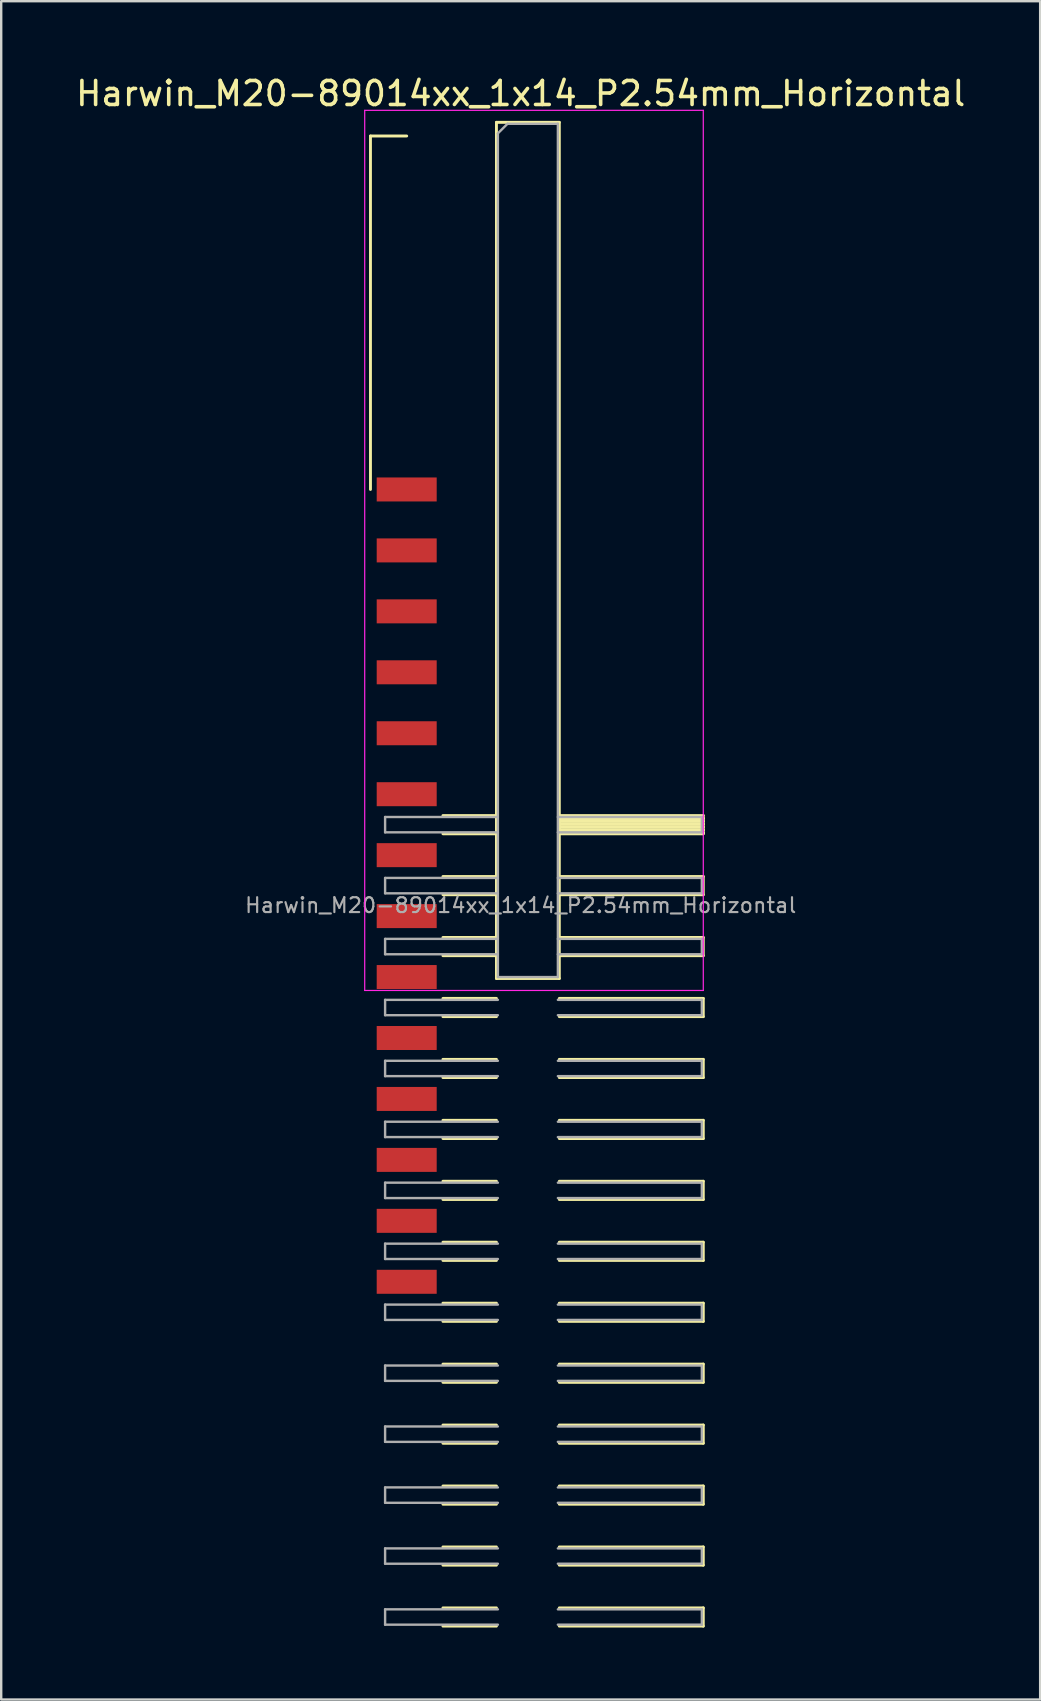
<source format=kicad_pcb>
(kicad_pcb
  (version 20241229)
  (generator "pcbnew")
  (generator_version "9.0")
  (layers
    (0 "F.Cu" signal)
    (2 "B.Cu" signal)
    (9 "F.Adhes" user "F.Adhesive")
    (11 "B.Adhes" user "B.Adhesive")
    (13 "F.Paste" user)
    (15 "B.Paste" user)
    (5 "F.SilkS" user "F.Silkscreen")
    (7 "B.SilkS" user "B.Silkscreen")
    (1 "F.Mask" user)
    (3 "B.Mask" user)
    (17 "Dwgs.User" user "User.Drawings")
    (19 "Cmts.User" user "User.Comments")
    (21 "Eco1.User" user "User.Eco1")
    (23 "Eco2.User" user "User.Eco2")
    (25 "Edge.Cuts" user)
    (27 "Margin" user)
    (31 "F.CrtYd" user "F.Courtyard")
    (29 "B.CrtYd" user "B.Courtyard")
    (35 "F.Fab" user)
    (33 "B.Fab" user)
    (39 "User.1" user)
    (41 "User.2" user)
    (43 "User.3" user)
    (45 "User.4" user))
  (footprint "Harwin_M20-89014xx_1x14_P2.54mm_Horizontal"
    (layer "F.Cu")
    (at 13.899 17.348)
    (property "Reference" "Harwin_M20-89014xx_1x14_P2.54mm_Horizontal" (at 4.75 -16.5 0) (layer "F.SilkS") (effects (font (size 1 1) (thickness 0.15))))
    (attr smd)
    (fp_line (start -1.51 -14.73) (end 0 -14.73) (stroke (width 0.12) (type solid)) (layer "F.SilkS"))
    (fp_line (start -1.51 0) (end -1.51 -14.73) (stroke (width 0.12) (type solid)) (layer "F.SilkS"))
    (fp_line (start 1.51 13.59) (end 3.74 13.59) (stroke (width 0.12) (type solid)) (layer "F.SilkS"))
    (fp_line (start 1.51 14.35) (end 3.74 14.35) (stroke (width 0.12) (type solid)) (layer "F.SilkS"))
    (fp_line (start 1.51 16.13) (end 3.74 16.13) (stroke (width 0.12) (type solid)) (layer "F.SilkS"))
    (fp_line (start 1.51 16.89) (end 3.74 16.89) (stroke (width 0.12) (type solid)) (layer "F.SilkS"))
    (fp_line (start 1.51 18.67) (end 3.74 18.67) (stroke (width 0.12) (type solid)) (layer "F.SilkS"))
    (fp_line (start 1.51 19.43) (end 3.74 19.43) (stroke (width 0.12) (type solid)) (layer "F.SilkS"))
    (fp_line (start 1.51 21.21) (end 3.74 21.21) (stroke (width 0.12) (type solid)) (layer "F.SilkS"))
    (fp_line (start 1.51 21.97) (end 3.74 21.97) (stroke (width 0.12) (type solid)) (layer "F.SilkS"))
    (fp_line (start 1.51 23.75) (end 3.74 23.75) (stroke (width 0.12) (type solid)) (layer "F.SilkS"))
    (fp_line (start 1.51 24.51) (end 3.74 24.51) (stroke (width 0.12) (type solid)) (layer "F.SilkS"))
    (fp_line (start 1.51 26.29) (end 3.74 26.29) (stroke (width 0.12) (type solid)) (layer "F.SilkS"))
    (fp_line (start 1.51 27.05) (end 3.74 27.05) (stroke (width 0.12) (type solid)) (layer "F.SilkS"))
    (fp_line (start 1.51 28.83) (end 3.74 28.83) (stroke (width 0.12) (type solid)) (layer "F.SilkS"))
    (fp_line (start 1.51 29.59) (end 3.74 29.59) (stroke (width 0.12) (type solid)) (layer "F.SilkS"))
    (fp_line (start 1.51 31.37) (end 3.74 31.37) (stroke (width 0.12) (type solid)) (layer "F.SilkS"))
    (fp_line (start 1.51 32.13) (end 3.74 32.13) (stroke (width 0.12) (type solid)) (layer "F.SilkS"))
    (fp_line (start 1.51 33.91) (end 3.74 33.91) (stroke (width 0.12) (type solid)) (layer "F.SilkS"))
    (fp_line (start 1.51 34.67) (end 3.74 34.67) (stroke (width 0.12) (type solid)) (layer "F.SilkS"))
    (fp_line (start 1.51 36.45) (end 3.74 36.45) (stroke (width 0.12) (type solid)) (layer "F.SilkS"))
    (fp_line (start 1.51 37.21) (end 3.74 37.21) (stroke (width 0.12) (type solid)) (layer "F.SilkS"))
    (fp_line (start 1.51 38.99) (end 3.74 38.99) (stroke (width 0.12) (type solid)) (layer "F.SilkS"))
    (fp_line (start 1.51 39.75) (end 3.74 39.75) (stroke (width 0.12) (type solid)) (layer "F.SilkS"))
    (fp_line (start 1.51 41.53) (end 3.74 41.53) (stroke (width 0.12) (type solid)) (layer "F.SilkS"))
    (fp_line (start 1.51 42.29) (end 3.74 42.29) (stroke (width 0.12) (type solid)) (layer "F.SilkS"))
    (fp_line (start 1.51 44.07) (end 3.74 44.07) (stroke (width 0.12) (type solid)) (layer "F.SilkS"))
    (fp_line (start 1.51 44.83) (end 3.74 44.83) (stroke (width 0.12) (type solid)) (layer "F.SilkS"))
    (fp_line (start 1.51 46.61) (end 3.74 46.61) (stroke (width 0.12) (type solid)) (layer "F.SilkS"))
    (fp_line (start 1.51 47.37) (end 3.74 47.37) (stroke (width 0.12) (type solid)) (layer "F.SilkS"))
    (fp_line (start 3.74 -15.3) (end 6.36 -15.3) (stroke (width 0.12) (type solid)) (layer "F.SilkS"))
    (fp_line (start 3.74 20.38) (end 3.74 -15.3) (stroke (width 0.12) (type solid)) (layer "F.SilkS"))
    (fp_line (start 6.36 -15.3) (end 6.36 20.38) (stroke (width 0.12) (type solid)) (layer "F.SilkS"))
    (fp_line (start 6.36 13.59) (end 12.36 13.59) (stroke (width 0.12) (type solid)) (layer "F.SilkS"))
    (fp_line (start 6.36 13.71) (end 6.36 13.71) (stroke (width 0.12) (type solid)) (layer "F.SilkS"))
    (fp_line (start 6.36 13.71) (end 12.36 13.71) (stroke (width 0.12) (type solid)) (layer "F.SilkS"))
    (fp_line (start 6.36 13.83) (end 6.36 13.83) (stroke (width 0.12) (type solid)) (layer "F.SilkS"))
    (fp_line (start 6.36 13.83) (end 12.36 13.83) (stroke (width 0.12) (type solid)) (layer "F.SilkS"))
    (fp_line (start 6.36 13.95) (end 6.36 13.95) (stroke (width 0.12) (type solid)) (layer "F.SilkS"))
    (fp_line (start 6.36 13.95) (end 12.36 13.95) (stroke (width 0.12) (type solid)) (layer "F.SilkS"))
    (fp_line (start 6.36 14.07) (end 6.36 14.07) (stroke (width 0.12) (type solid)) (layer "F.SilkS"))
    (fp_line (start 6.36 14.07) (end 12.36 14.07) (stroke (width 0.12) (type solid)) (layer "F.SilkS"))
    (fp_line (start 6.36 14.19) (end 6.36 14.19) (stroke (width 0.12) (type solid)) (layer "F.SilkS"))
    (fp_line (start 6.36 14.19) (end 12.36 14.19) (stroke (width 0.12) (type solid)) (layer "F.SilkS"))
    (fp_line (start 6.36 14.31) (end 6.36 14.31) (stroke (width 0.12) (type solid)) (layer "F.SilkS"))
    (fp_line (start 6.36 14.31) (end 12.36 14.31) (stroke (width 0.12) (type solid)) (layer "F.SilkS"))
    (fp_line (start 6.36 16.13) (end 12.36 16.13) (stroke (width 0.12) (type solid)) (layer "F.SilkS"))
    (fp_line (start 6.36 18.67) (end 12.36 18.67) (stroke (width 0.12) (type solid)) (layer "F.SilkS"))
    (fp_line (start 6.36 20.38) (end 3.74 20.38) (stroke (width 0.12) (type solid)) (layer "F.SilkS"))
    (fp_line (start 6.36 21.21) (end 12.36 21.21) (stroke (width 0.12) (type solid)) (layer "F.SilkS"))
    (fp_line (start 6.36 23.75) (end 12.36 23.75) (stroke (width 0.12) (type solid)) (layer "F.SilkS"))
    (fp_line (start 6.36 26.29) (end 12.36 26.29) (stroke (width 0.12) (type solid)) (layer "F.SilkS"))
    (fp_line (start 6.36 28.83) (end 12.36 28.83) (stroke (width 0.12) (type solid)) (layer "F.SilkS"))
    (fp_line (start 6.36 31.37) (end 12.36 31.37) (stroke (width 0.12) (type solid)) (layer "F.SilkS"))
    (fp_line (start 6.36 33.91) (end 12.36 33.91) (stroke (width 0.12) (type solid)) (layer "F.SilkS"))
    (fp_line (start 6.36 36.45) (end 12.36 36.45) (stroke (width 0.12) (type solid)) (layer "F.SilkS"))
    (fp_line (start 6.36 38.99) (end 12.36 38.99) (stroke (width 0.12) (type solid)) (layer "F.SilkS"))
    (fp_line (start 6.36 41.53) (end 12.36 41.53) (stroke (width 0.12) (type solid)) (layer "F.SilkS"))
    (fp_line (start 6.36 44.07) (end 12.36 44.07) (stroke (width 0.12) (type solid)) (layer "F.SilkS"))
    (fp_line (start 6.36 46.61) (end 12.36 46.61) (stroke (width 0.12) (type solid)) (layer "F.SilkS"))
    (fp_line (start 12.36 13.59) (end 12.36 14.35) (stroke (width 0.12) (type solid)) (layer "F.SilkS"))
    (fp_line (start 12.36 13.71) (end 6.36 13.71) (stroke (width 0.12) (type solid)) (layer "F.SilkS"))
    (fp_line (start 12.36 13.71) (end 12.36 13.71) (stroke (width 0.12) (type solid)) (layer "F.SilkS"))
    (fp_line (start 12.36 13.83) (end 6.36 13.83) (stroke (width 0.12) (type solid)) (layer "F.SilkS"))
    (fp_line (start 12.36 13.83) (end 12.36 13.83) (stroke (width 0.12) (type solid)) (layer "F.SilkS"))
    (fp_line (start 12.36 13.95) (end 6.36 13.95) (stroke (width 0.12) (type solid)) (layer "F.SilkS"))
    (fp_line (start 12.36 13.95) (end 12.36 13.95) (stroke (width 0.12) (type solid)) (layer "F.SilkS"))
    (fp_line (start 12.36 14.07) (end 6.36 14.07) (stroke (width 0.12) (type solid)) (layer "F.SilkS"))
    (fp_line (start 12.36 14.07) (end 12.36 14.07) (stroke (width 0.12) (type solid)) (layer "F.SilkS"))
    (fp_line (start 12.36 14.19) (end 6.36 14.19) (stroke (width 0.12) (type solid)) (layer "F.SilkS"))
    (fp_line (start 12.36 14.19) (end 12.36 14.19) (stroke (width 0.12) (type solid)) (layer "F.SilkS"))
    (fp_line (start 12.36 14.31) (end 6.36 14.31) (stroke (width 0.12) (type solid)) (layer "F.SilkS"))
    (fp_line (start 12.36 14.31) (end 12.36 14.31) (stroke (width 0.12) (type solid)) (layer "F.SilkS"))
    (fp_line (start 12.36 14.35) (end 6.36 14.35) (stroke (width 0.12) (type solid)) (layer "F.SilkS"))
    (fp_line (start 12.36 16.13) (end 12.36 16.89) (stroke (width 0.12) (type solid)) (layer "F.SilkS"))
    (fp_line (start 12.36 16.89) (end 6.36 16.89) (stroke (width 0.12) (type solid)) (layer "F.SilkS"))
    (fp_line (start 12.36 18.67) (end 12.36 19.43) (stroke (width 0.12) (type solid)) (layer "F.SilkS"))
    (fp_line (start 12.36 19.43) (end 6.36 19.43) (stroke (width 0.12) (type solid)) (layer "F.SilkS"))
    (fp_line (start 12.36 21.21) (end 12.36 21.97) (stroke (width 0.12) (type solid)) (layer "F.SilkS"))
    (fp_line (start 12.36 21.97) (end 6.36 21.97) (stroke (width 0.12) (type solid)) (layer "F.SilkS"))
    (fp_line (start 12.36 23.75) (end 12.36 24.51) (stroke (width 0.12) (type solid)) (layer "F.SilkS"))
    (fp_line (start 12.36 24.51) (end 6.36 24.51) (stroke (width 0.12) (type solid)) (layer "F.SilkS"))
    (fp_line (start 12.36 26.29) (end 12.36 27.05) (stroke (width 0.12) (type solid)) (layer "F.SilkS"))
    (fp_line (start 12.36 27.05) (end 6.36 27.05) (stroke (width 0.12) (type solid)) (layer "F.SilkS"))
    (fp_line (start 12.36 28.83) (end 12.36 29.59) (stroke (width 0.12) (type solid)) (layer "F.SilkS"))
    (fp_line (start 12.36 29.59) (end 6.36 29.59) (stroke (width 0.12) (type solid)) (layer "F.SilkS"))
    (fp_line (start 12.36 31.37) (end 12.36 32.13) (stroke (width 0.12) (type solid)) (layer "F.SilkS"))
    (fp_line (start 12.36 32.13) (end 6.36 32.13) (stroke (width 0.12) (type solid)) (layer "F.SilkS"))
    (fp_line (start 12.36 33.91) (end 12.36 34.67) (stroke (width 0.12) (type solid)) (layer "F.SilkS"))
    (fp_line (start 12.36 34.67) (end 6.36 34.67) (stroke (width 0.12) (type solid)) (layer "F.SilkS"))
    (fp_line (start 12.36 36.45) (end 12.36 37.21) (stroke (width 0.12) (type solid)) (layer "F.SilkS"))
    (fp_line (start 12.36 37.21) (end 6.36 37.21) (stroke (width 0.12) (type solid)) (layer "F.SilkS"))
    (fp_line (start 12.36 38.99) (end 12.36 39.75) (stroke (width 0.12) (type solid)) (layer "F.SilkS"))
    (fp_line (start 12.36 39.75) (end 6.36 39.75) (stroke (width 0.12) (type solid)) (layer "F.SilkS"))
    (fp_line (start 12.36 41.53) (end 12.36 42.29) (stroke (width 0.12) (type solid)) (layer "F.SilkS"))
    (fp_line (start 12.36 42.29) (end 6.36 42.29) (stroke (width 0.12) (type solid)) (layer "F.SilkS"))
    (fp_line (start 12.36 44.07) (end 12.36 44.83) (stroke (width 0.12) (type solid)) (layer "F.SilkS"))
    (fp_line (start 12.36 44.83) (end 6.36 44.83) (stroke (width 0.12) (type solid)) (layer "F.SilkS"))
    (fp_line (start 12.36 46.61) (end 12.36 47.37) (stroke (width 0.12) (type solid)) (layer "F.SilkS"))
    (fp_line (start 12.36 47.37) (end 6.36 47.37) (stroke (width 0.12) (type solid)) (layer "F.SilkS"))
    (fp_line (start -1.75 -15.8) (end 12.36 -15.8) (stroke (width 0.05) (type solid)) (layer "F.CrtYd"))
    (fp_line (start -1.75 20.88) (end -1.75 -15.8) (stroke (width 0.05) (type solid)) (layer "F.CrtYd"))
    (fp_line (start 12.36 -15.8) (end 12.36 20.88) (stroke (width 0.05) (type solid)) (layer "F.CrtYd"))
    (fp_line (start 12.36 20.88) (end -1.75 20.88) (stroke (width 0.05) (type solid)) (layer "F.CrtYd"))
    (fp_line (start -0.9 13.65) (end -0.9 14.29) (stroke (width 0.1) (type solid)) (layer "F.Fab"))
    (fp_line (start -0.9 14.29) (end 3.8 14.29) (stroke (width 0.1) (type solid)) (layer "F.Fab"))
    (fp_line (start -0.9 16.19) (end -0.9 16.83) (stroke (width 0.1) (type solid)) (layer "F.Fab"))
    (fp_line (start -0.9 16.83) (end 3.8 16.83) (stroke (width 0.1) (type solid)) (layer "F.Fab"))
    (fp_line (start -0.9 18.73) (end -0.9 19.37) (stroke (width 0.1) (type solid)) (layer "F.Fab"))
    (fp_line (start -0.9 19.37) (end 3.8 19.37) (stroke (width 0.1) (type solid)) (layer "F.Fab"))
    (fp_line (start -0.9 21.27) (end -0.9 21.91) (stroke (width 0.1) (type solid)) (layer "F.Fab"))
    (fp_line (start -0.9 21.91) (end 3.8 21.91) (stroke (width 0.1) (type solid)) (layer "F.Fab"))
    (fp_line (start -0.9 23.81) (end -0.9 24.45) (stroke (width 0.1) (type solid)) (layer "F.Fab"))
    (fp_line (start -0.9 24.45) (end 3.8 24.45) (stroke (width 0.1) (type solid)) (layer "F.Fab"))
    (fp_line (start -0.9 26.35) (end -0.9 26.99) (stroke (width 0.1) (type solid)) (layer "F.Fab"))
    (fp_line (start -0.9 26.99) (end 3.8 26.99) (stroke (width 0.1) (type solid)) (layer "F.Fab"))
    (fp_line (start -0.9 28.89) (end -0.9 29.53) (stroke (width 0.1) (type solid)) (layer "F.Fab"))
    (fp_line (start -0.9 29.53) (end 3.8 29.53) (stroke (width 0.1) (type solid)) (layer "F.Fab"))
    (fp_line (start -0.9 31.43) (end -0.9 32.07) (stroke (width 0.1) (type solid)) (layer "F.Fab"))
    (fp_line (start -0.9 32.07) (end 3.8 32.07) (stroke (width 0.1) (type solid)) (layer "F.Fab"))
    (fp_line (start -0.9 33.97) (end -0.9 34.61) (stroke (width 0.1) (type solid)) (layer "F.Fab"))
    (fp_line (start -0.9 34.61) (end 3.8 34.61) (stroke (width 0.1) (type solid)) (layer "F.Fab"))
    (fp_line (start -0.9 36.51) (end -0.9 37.15) (stroke (width 0.1) (type solid)) (layer "F.Fab"))
    (fp_line (start -0.9 37.15) (end 3.8 37.15) (stroke (width 0.1) (type solid)) (layer "F.Fab"))
    (fp_line (start -0.9 39.05) (end -0.9 39.69) (stroke (width 0.1) (type solid)) (layer "F.Fab"))
    (fp_line (start -0.9 39.69) (end 3.8 39.69) (stroke (width 0.1) (type solid)) (layer "F.Fab"))
    (fp_line (start -0.9 41.59) (end -0.9 42.23) (stroke (width 0.1) (type solid)) (layer "F.Fab"))
    (fp_line (start -0.9 42.23) (end 3.8 42.23) (stroke (width 0.1) (type solid)) (layer "F.Fab"))
    (fp_line (start -0.9 44.13) (end -0.9 44.77) (stroke (width 0.1) (type solid)) (layer "F.Fab"))
    (fp_line (start -0.9 44.77) (end 3.8 44.77) (stroke (width 0.1) (type solid)) (layer "F.Fab"))
    (fp_line (start -0.9 46.67) (end -0.9 47.31) (stroke (width 0.1) (type solid)) (layer "F.Fab"))
    (fp_line (start -0.9 47.31) (end 3.8 47.31) (stroke (width 0.1) (type solid)) (layer "F.Fab"))
    (fp_line (start 3.8 -14.84) (end 4.2 -15.24) (stroke (width 0.1) (type solid)) (layer "F.Fab"))
    (fp_line (start 3.8 13.65) (end -0.9 13.65) (stroke (width 0.1) (type solid)) (layer "F.Fab"))
    (fp_line (start 3.8 16.19) (end -0.9 16.19) (stroke (width 0.1) (type solid)) (layer "F.Fab"))
    (fp_line (start 3.8 18.73) (end -0.9 18.73) (stroke (width 0.1) (type solid)) (layer "F.Fab"))
    (fp_line (start 3.8 20.32) (end 3.8 -14.84) (stroke (width 0.1) (type solid)) (layer "F.Fab"))
    (fp_line (start 3.8 21.27) (end -0.9 21.27) (stroke (width 0.1) (type solid)) (layer "F.Fab"))
    (fp_line (start 3.8 23.81) (end -0.9 23.81) (stroke (width 0.1) (type solid)) (layer "F.Fab"))
    (fp_line (start 3.8 26.35) (end -0.9 26.35) (stroke (width 0.1) (type solid)) (layer "F.Fab"))
    (fp_line (start 3.8 28.89) (end -0.9 28.89) (stroke (width 0.1) (type solid)) (layer "F.Fab"))
    (fp_line (start 3.8 31.43) (end -0.9 31.43) (stroke (width 0.1) (type solid)) (layer "F.Fab"))
    (fp_line (start 3.8 33.97) (end -0.9 33.97) (stroke (width 0.1) (type solid)) (layer "F.Fab"))
    (fp_line (start 3.8 36.51) (end -0.9 36.51) (stroke (width 0.1) (type solid)) (layer "F.Fab"))
    (fp_line (start 3.8 39.05) (end -0.9 39.05) (stroke (width 0.1) (type solid)) (layer "F.Fab"))
    (fp_line (start 3.8 41.59) (end -0.9 41.59) (stroke (width 0.1) (type solid)) (layer "F.Fab"))
    (fp_line (start 3.8 44.13) (end -0.9 44.13) (stroke (width 0.1) (type solid)) (layer "F.Fab"))
    (fp_line (start 3.8 46.67) (end -0.9 46.67) (stroke (width 0.1) (type solid)) (layer "F.Fab"))
    (fp_line (start 4.2 -15.24) (end 6.3 -15.24) (stroke (width 0.1) (type solid)) (layer "F.Fab"))
    (fp_line (start 6.3 -15.24) (end 6.3 20.32) (stroke (width 0.1) (type solid)) (layer "F.Fab"))
    (fp_line (start 6.3 13.65) (end 12.3 13.65) (stroke (width 0.1) (type solid)) (layer "F.Fab"))
    (fp_line (start 6.3 16.19) (end 12.3 16.19) (stroke (width 0.1) (type solid)) (layer "F.Fab"))
    (fp_line (start 6.3 18.73) (end 12.3 18.73) (stroke (width 0.1) (type solid)) (layer "F.Fab"))
    (fp_line (start 6.3 20.32) (end 3.8 20.32) (stroke (width 0.1) (type solid)) (layer "F.Fab"))
    (fp_line (start 6.3 21.27) (end 12.3 21.27) (stroke (width 0.1) (type solid)) (layer "F.Fab"))
    (fp_line (start 6.3 23.81) (end 12.3 23.81) (stroke (width 0.1) (type solid)) (layer "F.Fab"))
    (fp_line (start 6.3 26.35) (end 12.3 26.35) (stroke (width 0.1) (type solid)) (layer "F.Fab"))
    (fp_line (start 6.3 28.89) (end 12.3 28.89) (stroke (width 0.1) (type solid)) (layer "F.Fab"))
    (fp_line (start 6.3 31.43) (end 12.3 31.43) (stroke (width 0.1) (type solid)) (layer "F.Fab"))
    (fp_line (start 6.3 33.97) (end 12.3 33.97) (stroke (width 0.1) (type solid)) (layer "F.Fab"))
    (fp_line (start 6.3 36.51) (end 12.3 36.51) (stroke (width 0.1) (type solid)) (layer "F.Fab"))
    (fp_line (start 6.3 39.05) (end 12.3 39.05) (stroke (width 0.1) (type solid)) (layer "F.Fab"))
    (fp_line (start 6.3 41.59) (end 12.3 41.59) (stroke (width 0.1) (type solid)) (layer "F.Fab"))
    (fp_line (start 6.3 44.13) (end 12.3 44.13) (stroke (width 0.1) (type solid)) (layer "F.Fab"))
    (fp_line (start 6.3 46.67) (end 12.3 46.67) (stroke (width 0.1) (type solid)) (layer "F.Fab"))
    (fp_line (start 12.3 13.65) (end 12.3 14.29) (stroke (width 0.1) (type solid)) (layer "F.Fab"))
    (fp_line (start 12.3 14.29) (end 6.3 14.29) (stroke (width 0.1) (type solid)) (layer "F.Fab"))
    (fp_line (start 12.3 16.19) (end 12.3 16.83) (stroke (width 0.1) (type solid)) (layer "F.Fab"))
    (fp_line (start 12.3 16.83) (end 6.3 16.83) (stroke (width 0.1) (type solid)) (layer "F.Fab"))
    (fp_line (start 12.3 18.73) (end 12.3 19.37) (stroke (width 0.1) (type solid)) (layer "F.Fab"))
    (fp_line (start 12.3 19.37) (end 6.3 19.37) (stroke (width 0.1) (type solid)) (layer "F.Fab"))
    (fp_line (start 12.3 21.27) (end 12.3 21.91) (stroke (width 0.1) (type solid)) (layer "F.Fab"))
    (fp_line (start 12.3 21.91) (end 6.3 21.91) (stroke (width 0.1) (type solid)) (layer "F.Fab"))
    (fp_line (start 12.3 23.81) (end 12.3 24.45) (stroke (width 0.1) (type solid)) (layer "F.Fab"))
    (fp_line (start 12.3 24.45) (end 6.3 24.45) (stroke (width 0.1) (type solid)) (layer "F.Fab"))
    (fp_line (start 12.3 26.35) (end 12.3 26.99) (stroke (width 0.1) (type solid)) (layer "F.Fab"))
    (fp_line (start 12.3 26.99) (end 6.3 26.99) (stroke (width 0.1) (type solid)) (layer "F.Fab"))
    (fp_line (start 12.3 28.89) (end 12.3 29.53) (stroke (width 0.1) (type solid)) (layer "F.Fab"))
    (fp_line (start 12.3 29.53) (end 6.3 29.53) (stroke (width 0.1) (type solid)) (layer "F.Fab"))
    (fp_line (start 12.3 31.43) (end 12.3 32.07) (stroke (width 0.1) (type solid)) (layer "F.Fab"))
    (fp_line (start 12.3 32.07) (end 6.3 32.07) (stroke (width 0.1) (type solid)) (layer "F.Fab"))
    (fp_line (start 12.3 33.97) (end 12.3 34.61) (stroke (width 0.1) (type solid)) (layer "F.Fab"))
    (fp_line (start 12.3 34.61) (end 6.3 34.61) (stroke (width 0.1) (type solid)) (layer "F.Fab"))
    (fp_line (start 12.3 36.51) (end 12.3 37.15) (stroke (width 0.1) (type solid)) (layer "F.Fab"))
    (fp_line (start 12.3 37.15) (end 6.3 37.15) (stroke (width 0.1) (type solid)) (layer "F.Fab"))
    (fp_line (start 12.3 39.05) (end 12.3 39.69) (stroke (width 0.1) (type solid)) (layer "F.Fab"))
    (fp_line (start 12.3 39.69) (end 6.3 39.69) (stroke (width 0.1) (type solid)) (layer "F.Fab"))
    (fp_line (start 12.3 41.59) (end 12.3 42.23) (stroke (width 0.1) (type solid)) (layer "F.Fab"))
    (fp_line (start 12.3 42.23) (end 6.3 42.23) (stroke (width 0.1) (type solid)) (layer "F.Fab"))
    (fp_line (start 12.3 44.13) (end 12.3 44.77) (stroke (width 0.1) (type solid)) (layer "F.Fab"))
    (fp_line (start 12.3 44.77) (end 6.3 44.77) (stroke (width 0.1) (type solid)) (layer "F.Fab"))
    (fp_line (start 12.3 46.67) (end 12.3 47.31) (stroke (width 0.1) (type solid)) (layer "F.Fab"))
    (fp_line (start 12.3 47.31) (end 6.3 47.31) (stroke (width 0.1) (type solid)) (layer "F.Fab"))
    (fp_text user "${REFERENCE}" (at 4.75 17.33 0) (layer "F.Fab") (effects (font (size 0.62 0.62) (thickness 0.09))))
    (pad "1" smd rect (at 0 0) (size 2.5 1) (layers "F.Cu" "F.Mask" "F.Paste"))
    (pad "2" smd rect (at 0 2.54) (size 2.5 1) (layers "F.Cu" "F.Mask" "F.Paste"))
    (pad "3" smd rect (at 0 5.08) (size 2.5 1) (layers "F.Cu" "F.Mask" "F.Paste"))
    (pad "4" smd rect (at 0 7.62) (size 2.5 1) (layers "F.Cu" "F.Mask" "F.Paste"))
    (pad "5" smd rect (at 0 10.16) (size 2.5 1) (layers "F.Cu" "F.Mask" "F.Paste"))
    (pad "6" smd rect (at 0 12.7) (size 2.5 1) (layers "F.Cu" "F.Mask" "F.Paste"))
    (pad "7" smd rect (at 0 15.24) (size 2.5 1) (layers "F.Cu" "F.Mask" "F.Paste"))
    (pad "8" smd rect (at 0 17.78) (size 2.5 1) (layers "F.Cu" "F.Mask" "F.Paste"))
    (pad "9" smd rect (at 0 20.32) (size 2.5 1) (layers "F.Cu" "F.Mask" "F.Paste"))
    (pad "10" smd rect (at 0 22.86) (size 2.5 1) (layers "F.Cu" "F.Mask" "F.Paste"))
    (pad "11" smd rect (at 0 25.4) (size 2.5 1) (layers "F.Cu" "F.Mask" "F.Paste"))
    (pad "12" smd rect (at 0 27.94) (size 2.5 1) (layers "F.Cu" "F.Mask" "F.Paste"))
    (pad "13" smd rect (at 0 30.48) (size 2.5 1) (layers "F.Cu" "F.Mask" "F.Paste"))
    (pad "14" smd rect (at 0 33.02) (size 2.5 1) (layers "F.Cu" "F.Mask" "F.Paste")))
  (gr_rect
    (start -3 -3)
    (end 40.298 67.778)
    (stroke (width 0.1) (type default))
    (fill no)
    (layer "Edge.Cuts")))
</source>
